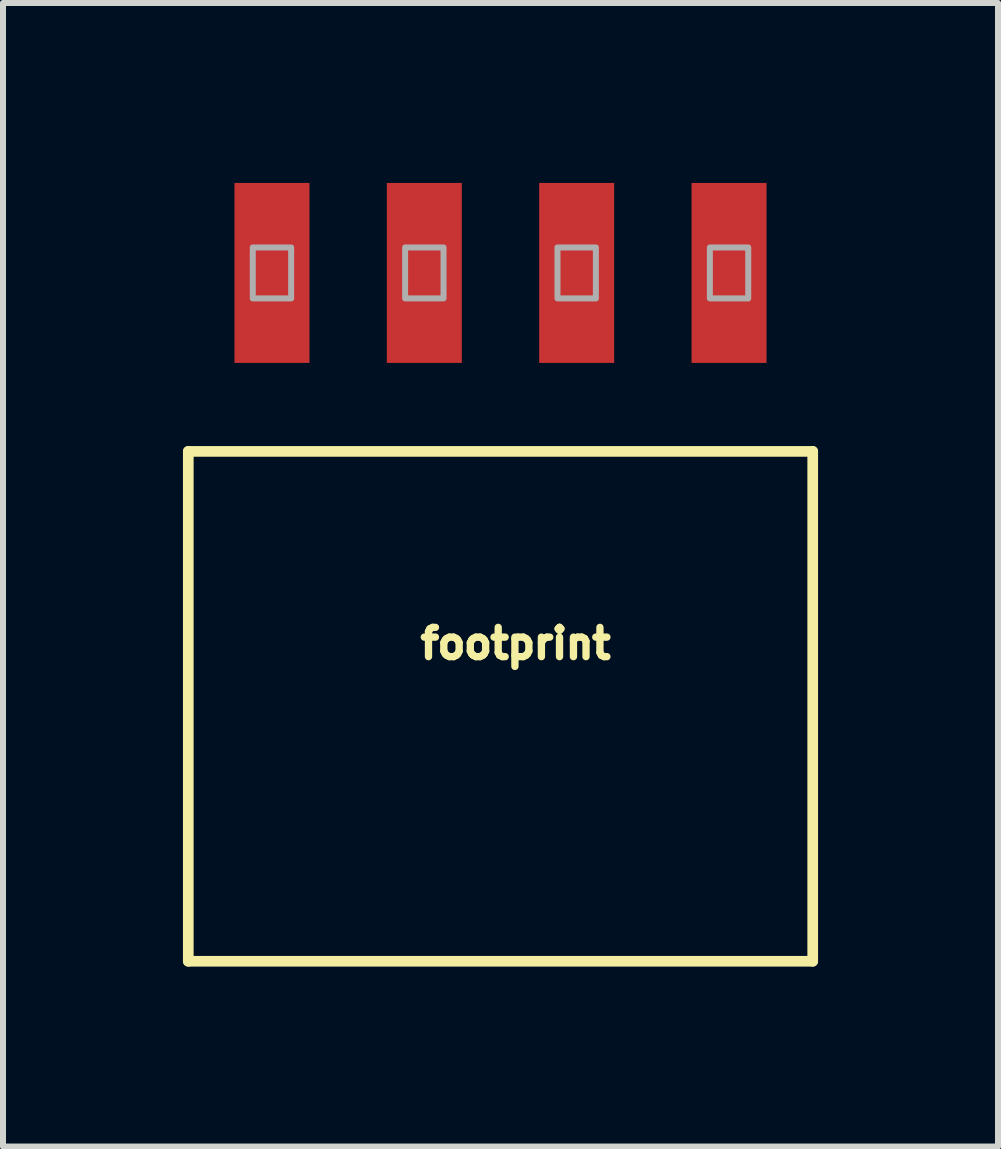
<source format=kicad_pcb>
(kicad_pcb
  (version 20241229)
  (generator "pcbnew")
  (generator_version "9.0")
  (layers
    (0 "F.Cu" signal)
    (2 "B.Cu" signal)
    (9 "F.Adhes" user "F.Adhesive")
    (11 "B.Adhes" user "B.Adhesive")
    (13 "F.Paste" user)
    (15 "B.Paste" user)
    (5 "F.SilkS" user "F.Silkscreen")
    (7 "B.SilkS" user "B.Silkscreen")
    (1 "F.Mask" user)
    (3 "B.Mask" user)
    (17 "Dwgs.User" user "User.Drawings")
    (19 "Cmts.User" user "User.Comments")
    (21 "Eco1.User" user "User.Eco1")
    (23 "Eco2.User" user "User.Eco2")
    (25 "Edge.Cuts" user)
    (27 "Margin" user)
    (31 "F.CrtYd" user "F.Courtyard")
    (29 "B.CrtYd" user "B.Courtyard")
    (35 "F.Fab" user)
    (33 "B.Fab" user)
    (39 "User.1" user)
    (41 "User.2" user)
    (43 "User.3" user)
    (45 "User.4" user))
  (footprint "footprint"
    (layer "F.Cu")
    (at 5.294 8.725)
    (property "Reference" "footprint" (at -1.397 -0.762 0) (layer "F.SilkS") (effects (font (size 0.488 0.488) (thickness 0.122)) (justify left bottom)))
    (fp_line (start -5.205 -4.25) (end -5.205 4.25) (stroke (width 0.178) (type solid)) (layer "F.SilkS"))
    (fp_line (start -5.205 4.25) (end 5.205 4.25) (stroke (width 0.178) (type solid)) (layer "F.SilkS"))
    (fp_line (start 5.205 -4.25) (end -5.205 -4.25) (stroke (width 0.178) (type solid)) (layer "F.SilkS"))
    (fp_line (start 5.205 4.25) (end 5.205 -4.25) (stroke (width 0.178) (type solid)) (layer "F.SilkS"))
    (fp_poly (pts (xy -4.13 -6.8) (xy -3.49 -6.8) (xy -3.49 -7.65) (xy -4.13 -7.65)) (stroke (width 0.1) (type solid)) (fill no) (layer "F.Fab"))
    (fp_poly (pts (xy -1.59 -6.8) (xy -0.95 -6.8) (xy -0.95 -7.65) (xy -1.59 -7.65)) (stroke (width 0.1) (type solid)) (fill no) (layer "F.Fab"))
    (fp_poly (pts (xy 0.95 -6.8) (xy 1.59 -6.8) (xy 1.59 -7.65) (xy 0.95 -7.65)) (stroke (width 0.1) (type solid)) (fill no) (layer "F.Fab"))
    (fp_poly (pts (xy 3.49 -6.8) (xy 4.13 -6.8) (xy 4.13 -7.65) (xy 3.49 -7.65)) (stroke (width 0.1) (type solid)) (fill no) (layer "F.Fab"))
    (pad "1" smd rect (at -3.81 -7.225 180) (size 1.25 3) (layers "F.Cu" "F.Mask" "F.Paste"))
    (pad "2" smd rect (at -1.27 -7.225 180) (size 1.25 3) (layers "F.Cu" "F.Mask" "F.Paste"))
    (pad "3" smd rect (at 1.27 -7.225 180) (size 1.25 3) (layers "F.Cu" "F.Mask" "F.Paste"))
    (pad "4" smd rect (at 3.81 -7.225 180) (size 1.25 3) (layers "F.Cu" "F.Mask" "F.Paste")))
  (gr_rect
    (start -3 -3)
    (end 13.588 16.064)
    (stroke (width 0.1) (type default))
    (fill no)
    (layer "Edge.Cuts")))
</source>
